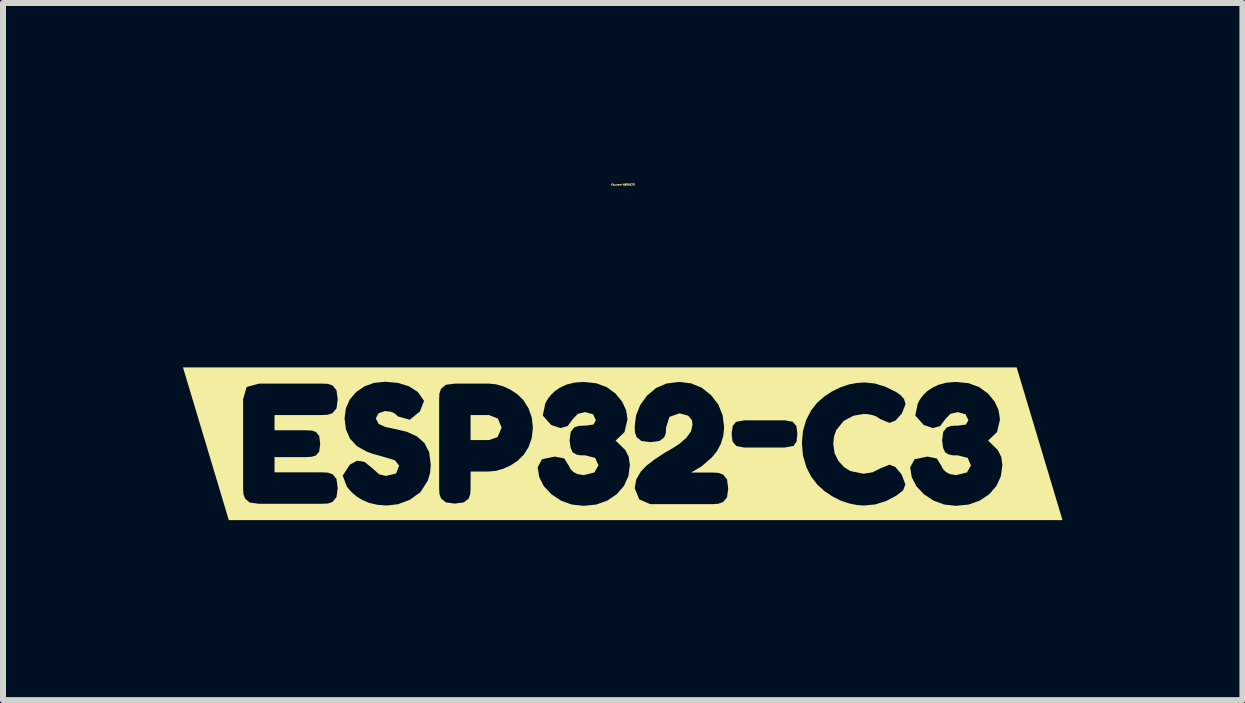
<source format=kicad_pcb>
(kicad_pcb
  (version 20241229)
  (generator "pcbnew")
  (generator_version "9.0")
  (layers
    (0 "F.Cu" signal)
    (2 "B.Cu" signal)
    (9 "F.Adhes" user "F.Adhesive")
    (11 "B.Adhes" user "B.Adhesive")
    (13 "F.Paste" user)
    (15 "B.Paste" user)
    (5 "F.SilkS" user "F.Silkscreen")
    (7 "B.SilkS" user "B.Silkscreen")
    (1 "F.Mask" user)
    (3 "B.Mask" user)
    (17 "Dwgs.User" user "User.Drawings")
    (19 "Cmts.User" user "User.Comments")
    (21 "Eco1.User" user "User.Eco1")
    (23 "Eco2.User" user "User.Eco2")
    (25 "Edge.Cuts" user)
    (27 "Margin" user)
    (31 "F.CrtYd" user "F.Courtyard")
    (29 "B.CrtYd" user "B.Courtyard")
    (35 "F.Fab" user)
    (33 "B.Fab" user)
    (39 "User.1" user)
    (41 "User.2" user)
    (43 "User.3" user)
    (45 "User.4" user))
  (footprint "kibuzzard-66915CF0"
    (layer "F.Cu")
    (at 7.33 4.347)
    (property "Reference" "kibuzzard-66915CF0" (at 0 -4.321 0) (layer "F.SilkS") (effects (font (size 0.025 0.025) (thickness 0.15))))
    (attr board_only exclude_from_pos_files exclude_from_bom)
    (fp_poly (pts (xy -2.536 -0.062) (xy -2.227 -0.062) (xy -2.086 -0.113) (xy -2.019 -0.27) (xy -2.08 -0.419) (xy -2.23 -0.479) (xy -2.536 -0.479) (xy -2.536 -0.062)) (stroke (width 0) (type solid)) (fill yes) (layer "F.SilkS"))
    (fp_poly (pts (xy -6.328 -1.273) (xy -6.566 -1.273) (xy -7.33 -1.273) (xy -6.566 1.273) (xy -6.328 1.273) (xy -6.067 1.273) (xy -6.067 1) (xy -6.216 0.98) (xy -6.296 0.914) (xy -6.323 0.835) (xy -6.328 0.737) (xy -6.328 -0.742) (xy -6.269 -0.947) (xy -6.059 -1.003) (xy -5.011 -1.003) (xy -4.913 -0.999) (xy -4.835 -0.971) (xy -4.771 -0.891) (xy -4.751 -0.74) (xy -4.771 -0.591) (xy -4.837 -0.511) (xy -4.916 -0.484) (xy -5.014 -0.479) (xy -5.804 -0.479) (xy -5.804 -0.225) (xy -5.275 -0.225) (xy -5.182 -0.22) (xy -5.113 -0.197) (xy -5.059 -0.129) (xy -5.043 0.001) (xy -5.059 0.129) (xy -5.114 0.195) (xy -5.186 0.217) (xy -5.28 0.222) (xy -5.804 0.222) (xy -5.804 0.476) (xy -5.011 0.476) (xy -4.913 0.481) (xy -4.835 0.508) (xy -4.771 0.588) (xy -4.751 0.74) (xy -4.771 0.888) (xy -4.837 0.969) (xy -4.916 0.996) (xy -5.014 1) (xy -6.067 1) (xy -6.067 1.273) (xy -3.936 1.273) (xy -3.936 1.029) (xy -4.096 1.016) (xy -4.23 0.984) (xy -4.34 0.937) (xy -4.429 0.883) (xy -4.498 0.827) (xy -4.548 0.777) (xy -4.579 0.737) (xy -4.597 0.717) (xy -4.668 0.531) (xy -4.548 0.348) (xy -4.429 0.282) (xy -4.305 0.301) (xy -4.176 0.405) (xy -4.06 0.509) (xy -3.947 0.536) (xy -3.778 0.495) (xy -3.727 0.362) (xy -3.801 0.273) (xy -4.026 0.206) (xy -4.162 0.169) (xy -4.27 0.13) (xy -4.431 0.039) (xy -4.545 -0.084) (xy -4.614 -0.239) (xy -4.637 -0.425) (xy -4.615 -0.59) (xy -4.551 -0.736) (xy -4.445 -0.861) (xy -4.306 -0.957) (xy -4.145 -1.015) (xy -3.961 -1.034) (xy -3.746 -1.015) (xy -3.563 -0.958) (xy -3.415 -0.863) (xy -3.312 -0.715) (xy -3.381 -0.539) (xy -3.549 -0.401) (xy -3.741 -0.454) (xy -3.774 -0.481) (xy -3.814 -0.514) (xy -3.87 -0.535) (xy -3.964 -0.545) (xy -4.07 -0.509) (xy -4.116 -0.422) (xy -4.066 -0.329) (xy -3.953 -0.279) (xy -3.778 -0.243) (xy -3.595 -0.199) (xy -3.433 -0.124) (xy -3.308 -0.016) (xy -3.227 0.139) (xy -3.2 0.353) (xy -3.212 0.49) (xy -3.249 0.614) (xy -3.373 0.807) (xy -3.549 0.934) (xy -3.745 1.007) (xy -3.936 1.029) (xy -3.936 1.273) (xy -2.8 1.273) (xy -2.8 0.997) (xy -2.948 0.977) (xy -3.029 0.911) (xy -3.056 0.833) (xy -3.06 0.734) (xy -3.06 -0.742) (xy -3.056 -0.838) (xy -3.029 -0.917) (xy -2.948 -0.983) (xy -2.797 -1.003) (xy -2.227 -1.003) (xy -2.111 -0.991) (xy -1.99 -0.957) (xy -1.87 -0.901) (xy -1.755 -0.825) (xy -1.653 -0.724) (xy -1.571 -0.592) (xy -1.516 -0.437) (xy -1.498 -0.268) (xy -1.516 -0.098) (xy -1.569 0.054) (xy -1.651 0.184) (xy -1.754 0.285) (xy -1.87 0.361) (xy -1.991 0.416) (xy -2.113 0.451) (xy -2.23 0.462) (xy -2.536 0.462) (xy -2.536 0.737) (xy -2.541 0.835) (xy -2.568 0.913) (xy -2.648 0.977) (xy -2.8 0.997) (xy -2.8 1.273) (xy -0.654 1.273) (xy -0.654 1.034) (xy -0.849 1.013) (xy -1.028 0.948) (xy -1.189 0.841) (xy -1.316 0.706) (xy -1.392 0.556) (xy -1.418 0.393) (xy -1.346 0.258) (xy -1.132 0.213) (xy -0.974 0.245) (xy -0.891 0.379) (xy -0.886 0.395) (xy -0.864 0.429) (xy -0.821 0.472) (xy -0.753 0.506) (xy -0.651 0.522) (xy -0.472 0.478) (xy -0.405 0.359) (xy -0.46 0.235) (xy -0.625 0.193) (xy -0.704 0.193) (xy -0.77 0.18) (xy -0.834 0.144) (xy -0.868 0.07) (xy -0.886 -0.056) (xy -0.867 -0.199) (xy -0.807 -0.273) (xy -0.734 -0.298) (xy -0.642 -0.302) (xy -0.622 -0.302) (xy -0.489 -0.32) (xy -0.448 -0.393) (xy -0.495 -0.492) (xy -0.625 -0.528) (xy -0.748 -0.499) (xy -0.831 -0.413) (xy -0.918 -0.296) (xy -1.038 -0.262) (xy -1.192 -0.313) (xy -1.333 -0.471) (xy -1.292 -0.668) (xy -1.288 -0.678) (xy -1.272 -0.71) (xy -1.243 -0.757) (xy -1.197 -0.814) (xy -1.134 -0.876) (xy -1.05 -0.934) (xy -0.944 -0.984) (xy -0.813 -1.019) (xy -0.654 -1.031) (xy -0.446 -1.01) (xy -0.268 -0.945) (xy -0.12 -0.837) (xy -0.01 -0.702) (xy 0.057 -0.558) (xy 0.079 -0.405) (xy 0.029 -0.195) (xy -0.119 -0.053) (xy 0.041 0.102) (xy 0.099 0.216) (xy 0.119 0.353) (xy 0.094 0.539) (xy 0.021 0.701) (xy -0.1 0.841) (xy -0.259 0.948) (xy -0.443 1.013) (xy -0.654 1.034) (xy -0.654 1.273) (xy 0.459 1.273) (xy 0.459 1.006) (xy 0.276 0.927) (xy 0.199 0.74) (xy 0.225 0.594) (xy 0.302 0.462) (xy 0.401 0.36) (xy 0.539 0.255) (xy 0.69 0.156) (xy 0.828 0.076) (xy 0.952 -0.004) (xy 1.062 -0.102) (xy 1.138 -0.209) (xy 1.163 -0.319) (xy 1.153 -0.395) (xy 1.09 -0.469) (xy 0.946 -0.508) (xy 0.778 -0.448) (xy 0.722 -0.27) (xy 0.718 -0.179) (xy 0.691 -0.106) (xy 0.611 -0.046) (xy 0.459 -0.027) (xy 0.31 -0.047) (xy 0.23 -0.113) (xy 0.203 -0.192) (xy 0.199 -0.29) (xy 0.222 -0.473) (xy 0.29 -0.644) (xy 0.405 -0.803) (xy 0.556 -0.93) (xy 0.735 -1.006) (xy 0.943 -1.031) (xy 1.14 -1.007) (xy 1.317 -0.934) (xy 1.472 -0.811) (xy 1.593 -0.654) (xy 1.665 -0.475) (xy 1.69 -0.276) (xy 1.676 -0.132) (xy 1.634 0.004) (xy 1.569 0.126) (xy 1.486 0.227) (xy 1.312 0.378) (xy 1.14 0.479) (xy 1.498 0.479) (xy 1.597 0.485) (xy 1.674 0.514) (xy 1.738 0.594) (xy 1.758 0.745) (xy 1.738 0.893) (xy 1.672 0.971) (xy 1.591 1) (xy 1.492 1.006) (xy 0.459 1.006) (xy 0.459 1.273) (xy 2.702 1.273) (xy 2.702 0.062) (xy 2.021 0.062) (xy 1.893 0.037) (xy 1.83 -0.036) (xy 1.815 -0.167) (xy 1.833 -0.296) (xy 1.887 -0.365) (xy 2.024 -0.391) (xy 2.705 -0.391) (xy 2.833 -0.367) (xy 2.894 -0.296) (xy 2.911 -0.165) (xy 2.896 -0.034) (xy 2.845 0.036) (xy 2.702 0.062) (xy 2.702 1.273) (xy 4.021 1.273) (xy 4.021 1.029) (xy 3.9 1.02) (xy 3.771 0.994) (xy 3.636 0.948) (xy 3.496 0.878) (xy 3.362 0.788) (xy 3.243 0.681) (xy 3.141 0.549) (xy 3.059 0.385) (xy 3.004 0.195) (xy 2.986 -0.013) (xy 3.004 -0.213) (xy 3.057 -0.396) (xy 3.139 -0.555) (xy 3.24 -0.684) (xy 3.359 -0.788) (xy 3.494 -0.876) (xy 3.634 -0.943) (xy 3.771 -0.989) (xy 3.904 -1.014) (xy 4.03 -1.023) (xy 4.2 -1.005) (xy 4.376 -0.952) (xy 4.557 -0.863) (xy 4.634 -0.808) (xy 4.687 -0.748) (xy 4.714 -0.662) (xy 4.651 -0.502) (xy 4.544 -0.386) (xy 4.445 -0.348) (xy 4.29 -0.413) (xy 4.272 -0.426) (xy 4.247 -0.442) (xy 4.22 -0.458) (xy 4.182 -0.472) (xy 4.136 -0.484) (xy 4.079 -0.494) (xy 4.01 -0.496) (xy 3.847 -0.468) (xy 3.685 -0.383) (xy 3.558 -0.227) (xy 3.521 -0.12) (xy 3.509 0.001) (xy 3.531 0.158) (xy 3.597 0.289) (xy 3.689 0.389) (xy 3.793 0.454) (xy 4.01 0.499) (xy 4.161 0.476) (xy 4.305 0.405) (xy 4.448 0.348) (xy 4.545 0.388) (xy 4.648 0.511) (xy 4.711 0.677) (xy 4.671 0.781) (xy 4.554 0.868) (xy 4.384 0.957) (xy 4.206 1.011) (xy 4.021 1.029) (xy 4.021 1.273) (xy 5.555 1.273) (xy 5.555 1.034) (xy 5.36 1.013) (xy 5.181 0.948) (xy 5.02 0.841) (xy 4.893 0.706) (xy 4.817 0.556) (xy 4.791 0.393) (xy 4.863 0.258) (xy 5.077 0.213) (xy 5.235 0.245) (xy 5.318 0.379) (xy 5.323 0.395) (xy 5.345 0.429) (xy 5.388 0.472) (xy 5.456 0.506) (xy 5.558 0.522) (xy 5.737 0.478) (xy 5.804 0.359) (xy 5.749 0.235) (xy 5.584 0.193) (xy 5.505 0.193) (xy 5.439 0.18) (xy 5.375 0.144) (xy 5.34 0.07) (xy 5.323 -0.056) (xy 5.342 -0.199) (xy 5.402 -0.273) (xy 5.475 -0.298) (xy 5.567 -0.302) (xy 5.587 -0.302) (xy 5.72 -0.32) (xy 5.761 -0.393) (xy 5.714 -0.492) (xy 5.584 -0.528) (xy 5.461 -0.499) (xy 5.378 -0.413) (xy 5.291 -0.296) (xy 5.17 -0.262) (xy 5.017 -0.313) (xy 4.876 -0.471) (xy 4.917 -0.668) (xy 4.921 -0.678) (xy 4.937 -0.71) (xy 4.966 -0.757) (xy 5.011 -0.814) (xy 5.074 -0.876) (xy 5.159 -0.934) (xy 5.265 -0.984) (xy 5.396 -1.019) (xy 5.555 -1.031) (xy 5.763 -1.01) (xy 5.941 -0.945) (xy 6.089 -0.837) (xy 6.199 -0.702) (xy 6.265 -0.558) (xy 6.288 -0.405) (xy 6.238 -0.195) (xy 6.09 -0.053) (xy 6.25 0.102) (xy 6.308 0.216) (xy 6.328 0.353) (xy 6.303 0.539) (xy 6.23 0.701) (xy 6.109 0.841) (xy 5.95 0.948) (xy 5.765 1.013) (xy 5.555 1.034) (xy 5.555 1.273) (xy 6.328 1.273) (xy 6.566 1.273) (xy 7.33 1.273) (xy 6.566 -1.273) (xy 6.328 -1.273) (xy -6.328 -1.273)) (stroke (width 0) (type solid)) (fill yes) (layer "F.SilkS")))
  (gr_rect
    (start -3 -3)
    (end 17.659 8.62)
    (stroke (width 0.1) (type default))
    (fill no)
    (layer "Edge.Cuts")))
</source>
